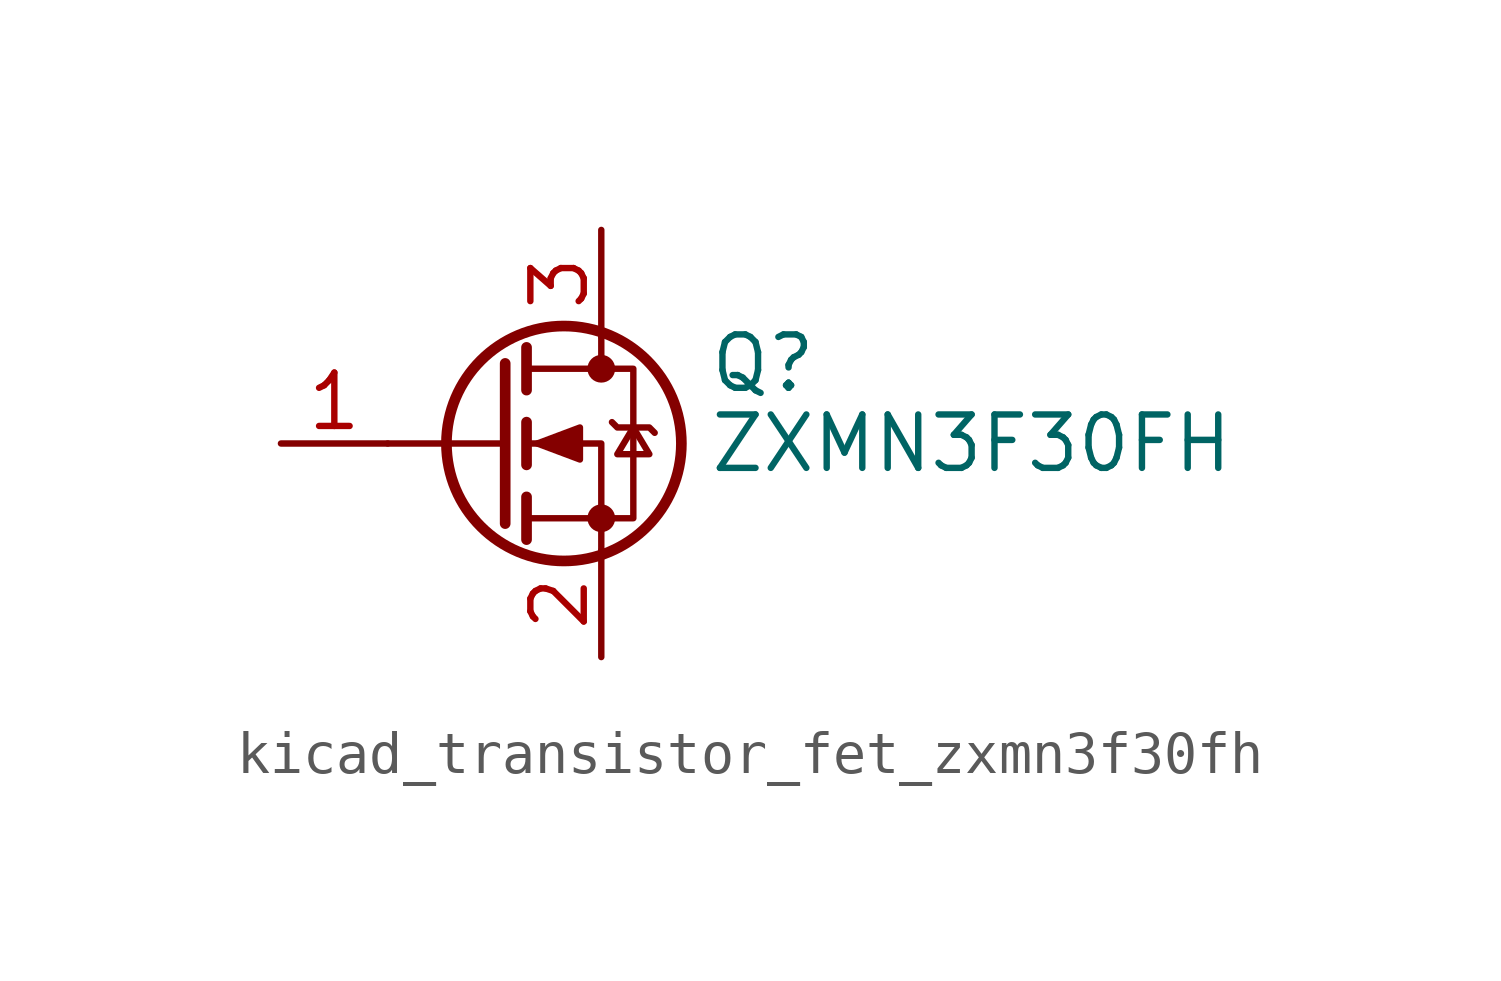
<source format=kicad_sym>
(kicad_symbol_lib
  (version 20220914)
  (generator kicad_symbol_editor)
  (symbol "kicad_transistor_fet_zxmn3f30fh"
    (pin_names hide)
    (property "Reference" "Q"
      (at 5.08 1.905 0)
      (effects (font (size 1.27 1.27)) (justify left)))
    (property "Value" "ZXMN3F30FH"
      (at 5.08 0 0)
      (effects (font (size 1.27 1.27)) (justify left)))
    (symbol "kicad_transistor_fet_zxmn3f30fh_0_1"
      (polyline (pts (xy 0.254 0) (xy -2.54 0)) (stroke (width 0) (type default)) (fill (type none)))
      (polyline (pts (xy 0.254 1.905) (xy 0.254 -1.905)) (stroke (width 0.254) (type default)) (fill (type none)))
      (polyline (pts (xy 0.762 -1.27) (xy 0.762 -2.286)) (stroke (width 0.254) (type default)) (fill (type none)))
      (polyline (pts (xy 0.762 0.508) (xy 0.762 -0.508)) (stroke (width 0.254) (type default)) (fill (type none)))
      (polyline (pts (xy 0.762 2.286) (xy 0.762 1.27)) (stroke (width 0.254) (type default)) (fill (type none)))
      (polyline (pts (xy 2.54 2.54) (xy 2.54 1.778)) (stroke (width 0) (type default)) (fill (type none)))
      (polyline (pts (xy 2.54 -2.54) (xy 2.54 0) (xy 0.762 0)) (stroke (width 0) (type default)) (fill (type none)))
      (polyline (pts (xy 0.762 -1.778) (xy 3.302 -1.778) (xy 3.302 1.778) (xy 0.762 1.778)) (stroke (width 0) (type default)) (fill (type none)))
      (polyline (pts (xy 1.016 0) (xy 2.032 0.381) (xy 2.032 -0.381) (xy 1.016 0)) (stroke (width 0) (type default)) (fill (type outline)))
      (polyline (pts (xy 2.794 0.508) (xy 2.921 0.381) (xy 3.683 0.381) (xy 3.81 0.254)) (stroke (width 0) (type default)) (fill (type none)))
      (polyline (pts (xy 3.302 0.381) (xy 2.921 -0.254) (xy 3.683 -0.254) (xy 3.302 0.381)) (stroke (width 0) (type default)) (fill (type none)))
      (circle (center 1.651 0) (radius 2.794) (stroke (width 0.254) (type default)) (fill (type none)))
      (circle (center 2.54 -1.778) (radius 0.254) (stroke (width 0) (type default)) (fill (type outline)))
      (circle (center 2.54 1.778) (radius 0.254) (stroke (width 0) (type default)) (fill (type outline))))
    (symbol "kicad_transistor_fet_zxmn3f30fh_1_1"
      (pin input line (at -5.08 0 0) (length 2.54) (name "G" (effects (font (size 1.27 1.27)))) (number "1" (effects (font (size 1.27 1.27)))))
      (pin passive line (at 2.54 -5.08 90) (length 2.54) (name "S" (effects (font (size 1.27 1.27)))) (number "2" (effects (font (size 1.27 1.27)))))
      (pin passive line (at 2.54 5.08 270) (length 2.54) (name "D" (effects (font (size 1.27 1.27)))) (number "3" (effects (font (size 1.27 1.27))))))))
</source>
